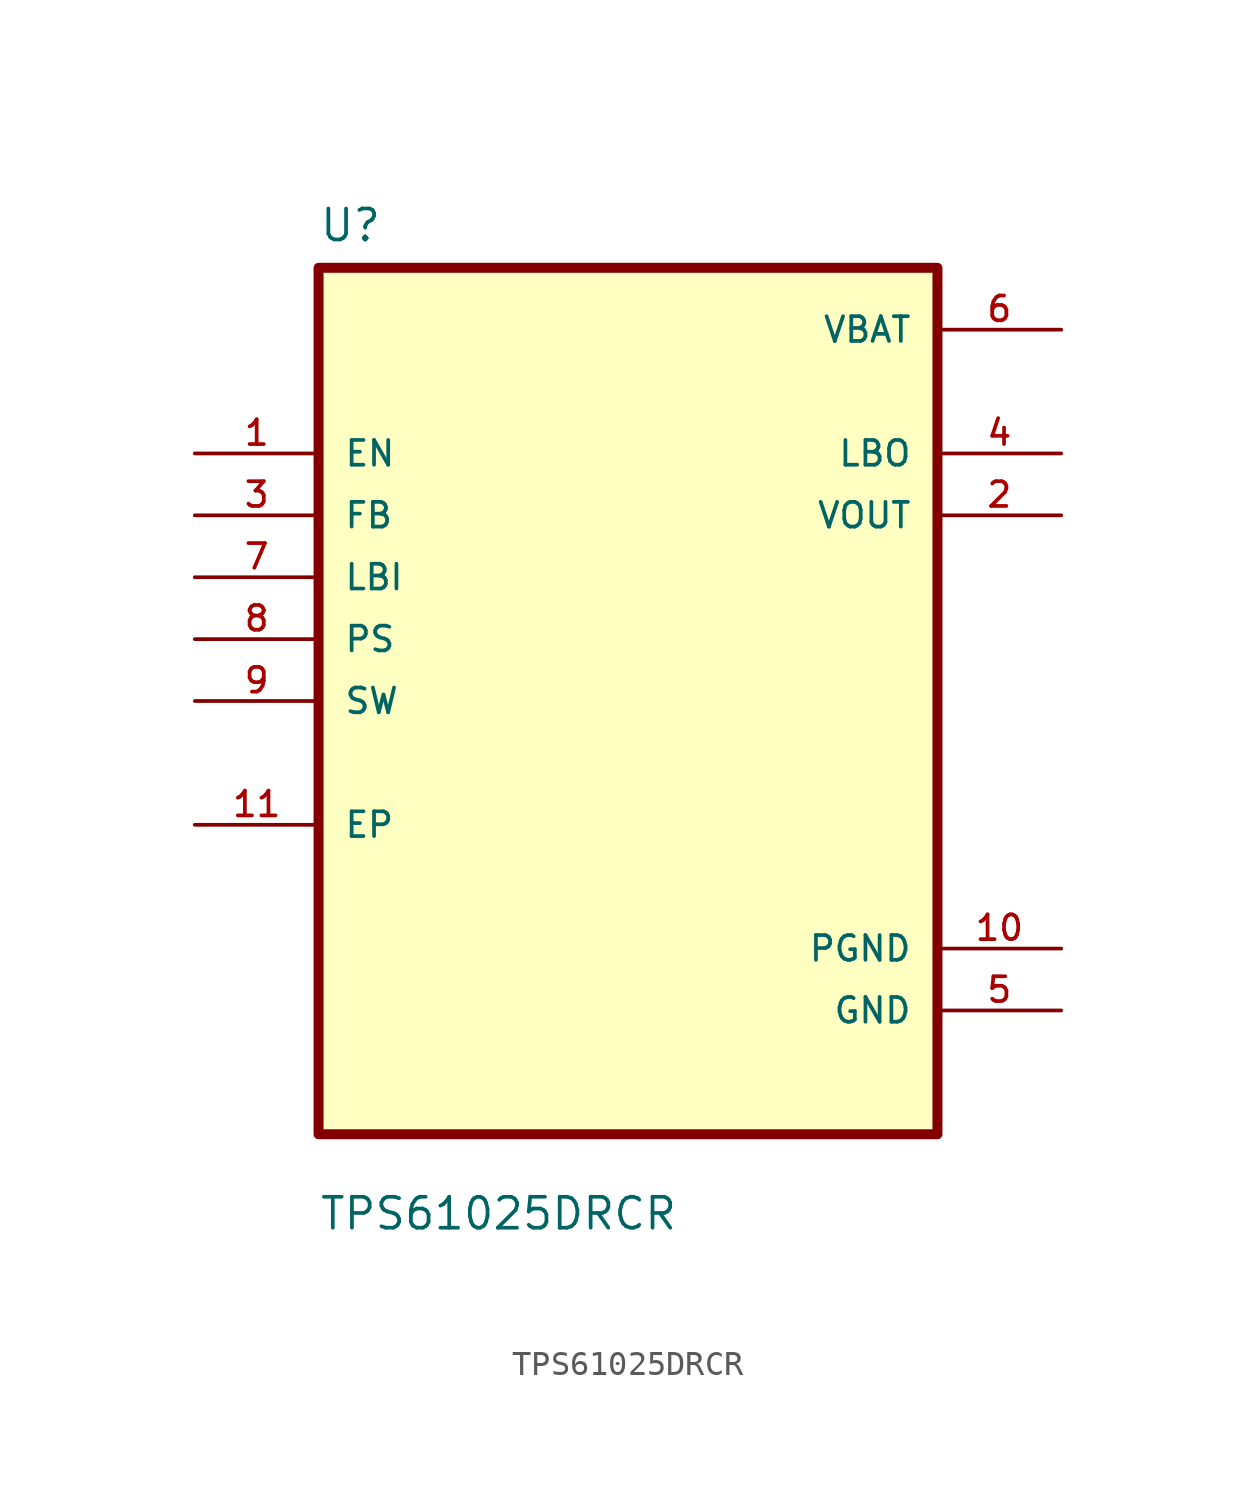
<source format=kicad_sym>
(kicad_symbol_lib
  (version 20220914)
  (generator kicad_symbol_editor)
  (symbol "TPS61025DRCR"
    (pin_names
      (offset 1.016))
    (property "Reference" "U"
      (at -12.7 18.78 0)
      (effects (font (size 1.27 1.27)) (justify left bottom)))
    (property "Value" "TPS61025DRCR"
      (at -12.7 -21.78 0)
      (effects (font (size 1.27 1.27)) (justify left bottom)))
    (symbol "TPS61025DRCR_0_0"
      (rectangle (start -12.7 -17.78) (end 12.7 17.78) (stroke (width 0.41) (type default)) (fill (type background)))
      (pin input line (at -17.78 10.16 0) (length 5.08) (name "EN" (effects (font (size 1.016 1.016)))) (number "1" (effects (font (size 1.016 1.016)))))
      (pin power_in line (at 17.78 -10.16 180) (length 5.08) (name "PGND" (effects (font (size 1.016 1.016)))) (number "10" (effects (font (size 1.016 1.016)))))
      (pin bidirectional line (at -17.78 -5.08 0) (length 5.08) (name "EP" (effects (font (size 1.016 1.016)))) (number "11" (effects (font (size 1.016 1.016)))))
      (pin output line (at 17.78 7.62 180) (length 5.08) (name "VOUT" (effects (font (size 1.016 1.016)))) (number "2" (effects (font (size 1.016 1.016)))))
      (pin input line (at -17.78 7.62 0) (length 5.08) (name "FB" (effects (font (size 1.016 1.016)))) (number "3" (effects (font (size 1.016 1.016)))))
      (pin output line (at 17.78 10.16 180) (length 5.08) (name "LBO" (effects (font (size 1.016 1.016)))) (number "4" (effects (font (size 1.016 1.016)))))
      (pin power_in line (at 17.78 -12.7 180) (length 5.08) (name "GND" (effects (font (size 1.016 1.016)))) (number "5" (effects (font (size 1.016 1.016)))))
      (pin power_in line (at 17.78 15.24 180) (length 5.08) (name "VBAT" (effects (font (size 1.016 1.016)))) (number "6" (effects (font (size 1.016 1.016)))))
      (pin input line (at -17.78 5.08 0) (length 5.08) (name "LBI" (effects (font (size 1.016 1.016)))) (number "7" (effects (font (size 1.016 1.016)))))
      (pin input line (at -17.78 2.54 0) (length 5.08) (name "PS" (effects (font (size 1.016 1.016)))) (number "8" (effects (font (size 1.016 1.016)))))
      (pin input line (at -17.78 0 0) (length 5.08) (name "SW" (effects (font (size 1.016 1.016)))) (number "9" (effects (font (size 1.016 1.016))))))))
</source>
